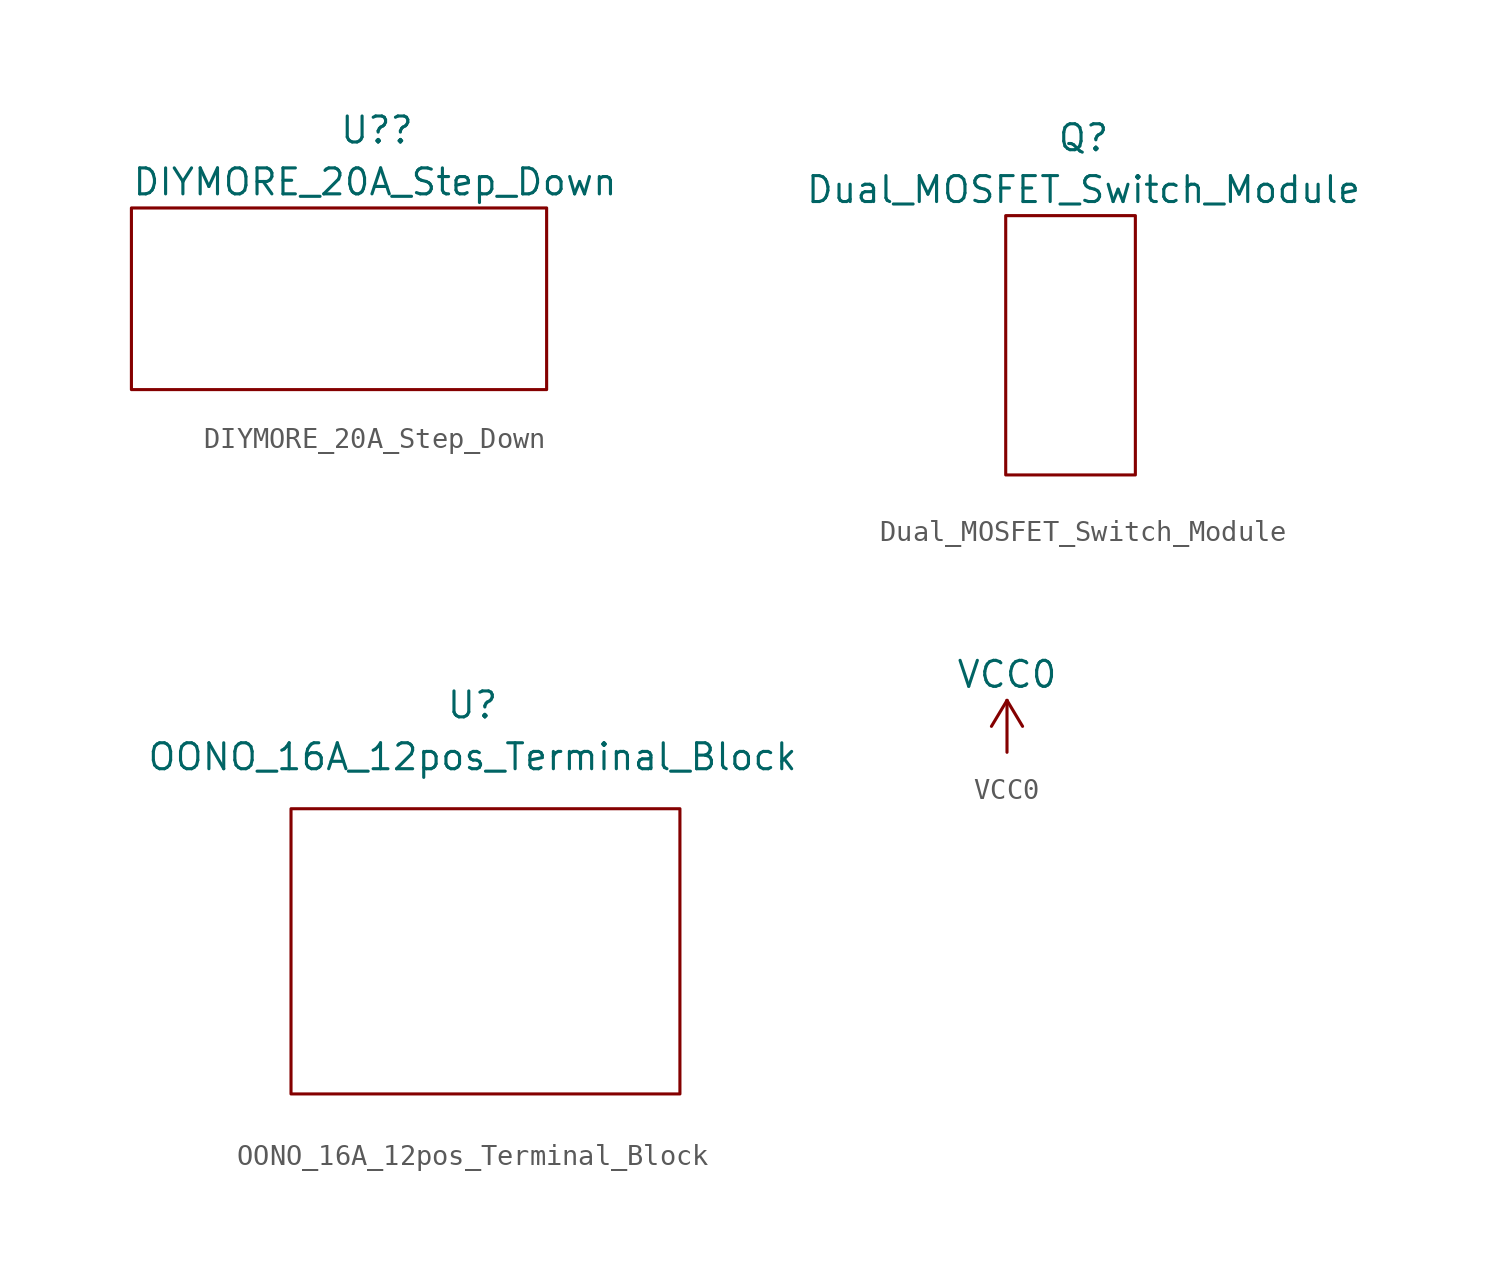
<source format=kicad_sym>
(kicad_symbol_lib
  (version 20211014)
  (generator kicad_symbol_editor)
  (symbol "DIYMORE_20A_Step_Down"
    (property "Reference" "U?"
      (at 12.7 6.35 0)
      (effects (font (size 1.27 1.27)) (justify left)))
    (property "Value" "DIYMORE_20A_Step_Down"
      (at 2.54 3.81 0)
      (effects (font (size 1.27 1.27)) (justify left)))
    (symbol "DIYMORE_20A_Step_Down_0_1"
      (rectangle (start 2.54 2.54) (end 22.86 -6.35) (stroke (width 0.152) (type default) (color 0 0 0 0)) (fill (type none)))))
  (symbol "Dual_MOSFET_Switch_Module"
    (property "Reference" "Q"
      (at 0 0 0)
      (effects (font (size 1.27 1.27))))
    (property "Value" "Dual_MOSFET_Switch_Module"
      (at 0 -2.54 0)
      (effects (font (size 1.27 1.27))))
    (symbol "Dual_MOSFET_Switch_Module_0_1"
      (rectangle (start -3.81 -3.81) (end 2.54 -16.51) (stroke (width 0.152) (type default) (color 0 0 0 0)) (fill (type none)))))
  (symbol "OONO_16A_12pos_Terminal_Block"
    (property "Reference" "U"
      (at 0 2.54 0)
      (effects (font (size 1.27 1.27))))
    (property "Value" "OONO_16A_12pos_Terminal_Block"
      (at 0 0 0)
      (effects (font (size 1.27 1.27))))
    (symbol "OONO_16A_12pos_Terminal_Block_0_1"
      (rectangle (start -8.89 -2.54) (end 10.16 -16.51) (stroke (width 0.152) (type default) (color 0 0 0 0)) (fill (type none)))))
  (symbol "VCC0"
    (power)
    (pin_names
      (offset 0))
    (property "Reference" "#PWR"
      (at 0 -3.81 0)
      (effects (font (size 1.27 1.27)) hide))
    (property "Value" "VCC0"
      (at 0 3.81 0)
      (effects (font (size 1.27 1.27))))
    (symbol "VCC0_0_1"
      (polyline (pts (xy -0.762 1.27) (xy 0 2.54)) (stroke (width 0) (type default) (color 0 0 0 0)) (fill (type none)))
      (polyline (pts (xy 0 0) (xy 0 2.54)) (stroke (width 0) (type default) (color 0 0 0 0)) (fill (type none)))
      (polyline (pts (xy 0 2.54) (xy 0.762 1.27)) (stroke (width 0) (type default) (color 0 0 0 0)) (fill (type none))))
    (symbol "VCC0_1_1"
      (pin power_in line (at 0 0 90) (length 0) hide (name "VCC0" (effects (font (size 1.27 1.27)))) (number "1" (effects (font (size 1.27 1.27))))))))
</source>
